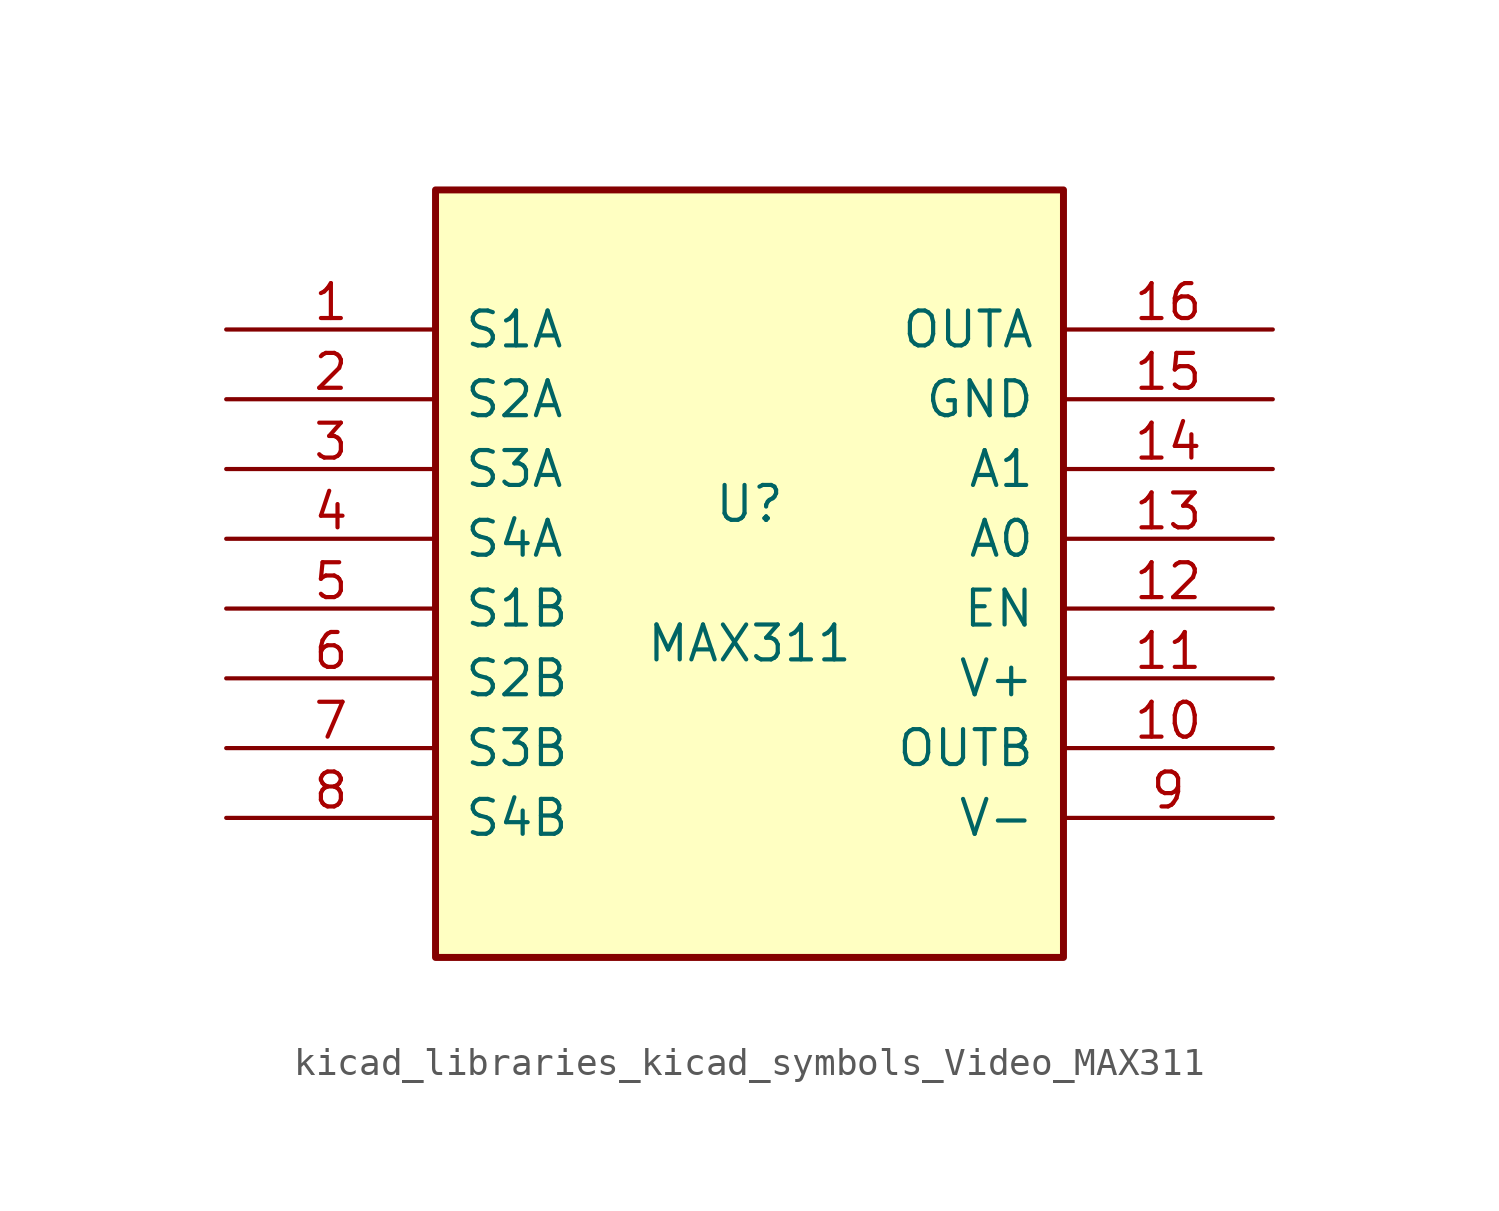
<source format=kicad_sym>
(kicad_symbol_lib
  (version 20220914)
  (generator kicad_symbol_editor)
  (symbol "kicad_libraries_kicad_symbols_Video_MAX311"
    (pin_names
      (offset 1.016))
    (property "Reference" "U"
      (at 0 2.54 0)
      (effects (font (size 1.27 1.27))))
    (property "Value" "MAX311"
      (at 0 -2.54 0)
      (effects (font (size 1.27 1.27))))
    (symbol "kicad_libraries_kicad_symbols_Video_MAX311_0_1"
      (rectangle (start -11.43 -13.97) (end 11.43 13.97) (stroke (width 0.254) (type default)) (fill (type background))))
    (symbol "kicad_libraries_kicad_symbols_Video_MAX311_1_1"
      (pin input line (at -19.05 8.89 0) (length 7.62) (name "S1A" (effects (font (size 1.27 1.27)))) (number "1" (effects (font (size 1.27 1.27)))))
      (pin input line (at 19.05 -6.35 180) (length 7.62) (name "OUTB" (effects (font (size 1.27 1.27)))) (number "10" (effects (font (size 1.27 1.27)))))
      (pin input line (at 19.05 -3.81 180) (length 7.62) (name "V+" (effects (font (size 1.27 1.27)))) (number "11" (effects (font (size 1.27 1.27)))))
      (pin input line (at 19.05 -1.27 180) (length 7.62) (name "EN" (effects (font (size 1.27 1.27)))) (number "12" (effects (font (size 1.27 1.27)))))
      (pin input line (at 19.05 1.27 180) (length 7.62) (name "A0" (effects (font (size 1.27 1.27)))) (number "13" (effects (font (size 1.27 1.27)))))
      (pin input line (at 19.05 3.81 180) (length 7.62) (name "A1" (effects (font (size 1.27 1.27)))) (number "14" (effects (font (size 1.27 1.27)))))
      (pin input line (at 19.05 6.35 180) (length 7.62) (name "GND" (effects (font (size 1.27 1.27)))) (number "15" (effects (font (size 1.27 1.27)))))
      (pin output line (at 19.05 8.89 180) (length 7.62) (name "OUTA" (effects (font (size 1.27 1.27)))) (number "16" (effects (font (size 1.27 1.27)))))
      (pin input line (at -19.05 6.35 0) (length 7.62) (name "S2A" (effects (font (size 1.27 1.27)))) (number "2" (effects (font (size 1.27 1.27)))))
      (pin input line (at -19.05 3.81 0) (length 7.62) (name "S3A" (effects (font (size 1.27 1.27)))) (number "3" (effects (font (size 1.27 1.27)))))
      (pin input line (at -19.05 1.27 0) (length 7.62) (name "S4A" (effects (font (size 1.27 1.27)))) (number "4" (effects (font (size 1.27 1.27)))))
      (pin input line (at -19.05 -1.27 0) (length 7.62) (name "S1B" (effects (font (size 1.27 1.27)))) (number "5" (effects (font (size 1.27 1.27)))))
      (pin input line (at -19.05 -3.81 0) (length 7.62) (name "S2B" (effects (font (size 1.27 1.27)))) (number "6" (effects (font (size 1.27 1.27)))))
      (pin input line (at -19.05 -6.35 0) (length 7.62) (name "S3B" (effects (font (size 1.27 1.27)))) (number "7" (effects (font (size 1.27 1.27)))))
      (pin input line (at -19.05 -8.89 0) (length 7.62) (name "S4B" (effects (font (size 1.27 1.27)))) (number "8" (effects (font (size 1.27 1.27)))))
      (pin input line (at 19.05 -8.89 180) (length 7.62) (name "V-" (effects (font (size 1.27 1.27)))) (number "9" (effects (font (size 1.27 1.27))))))))
</source>
